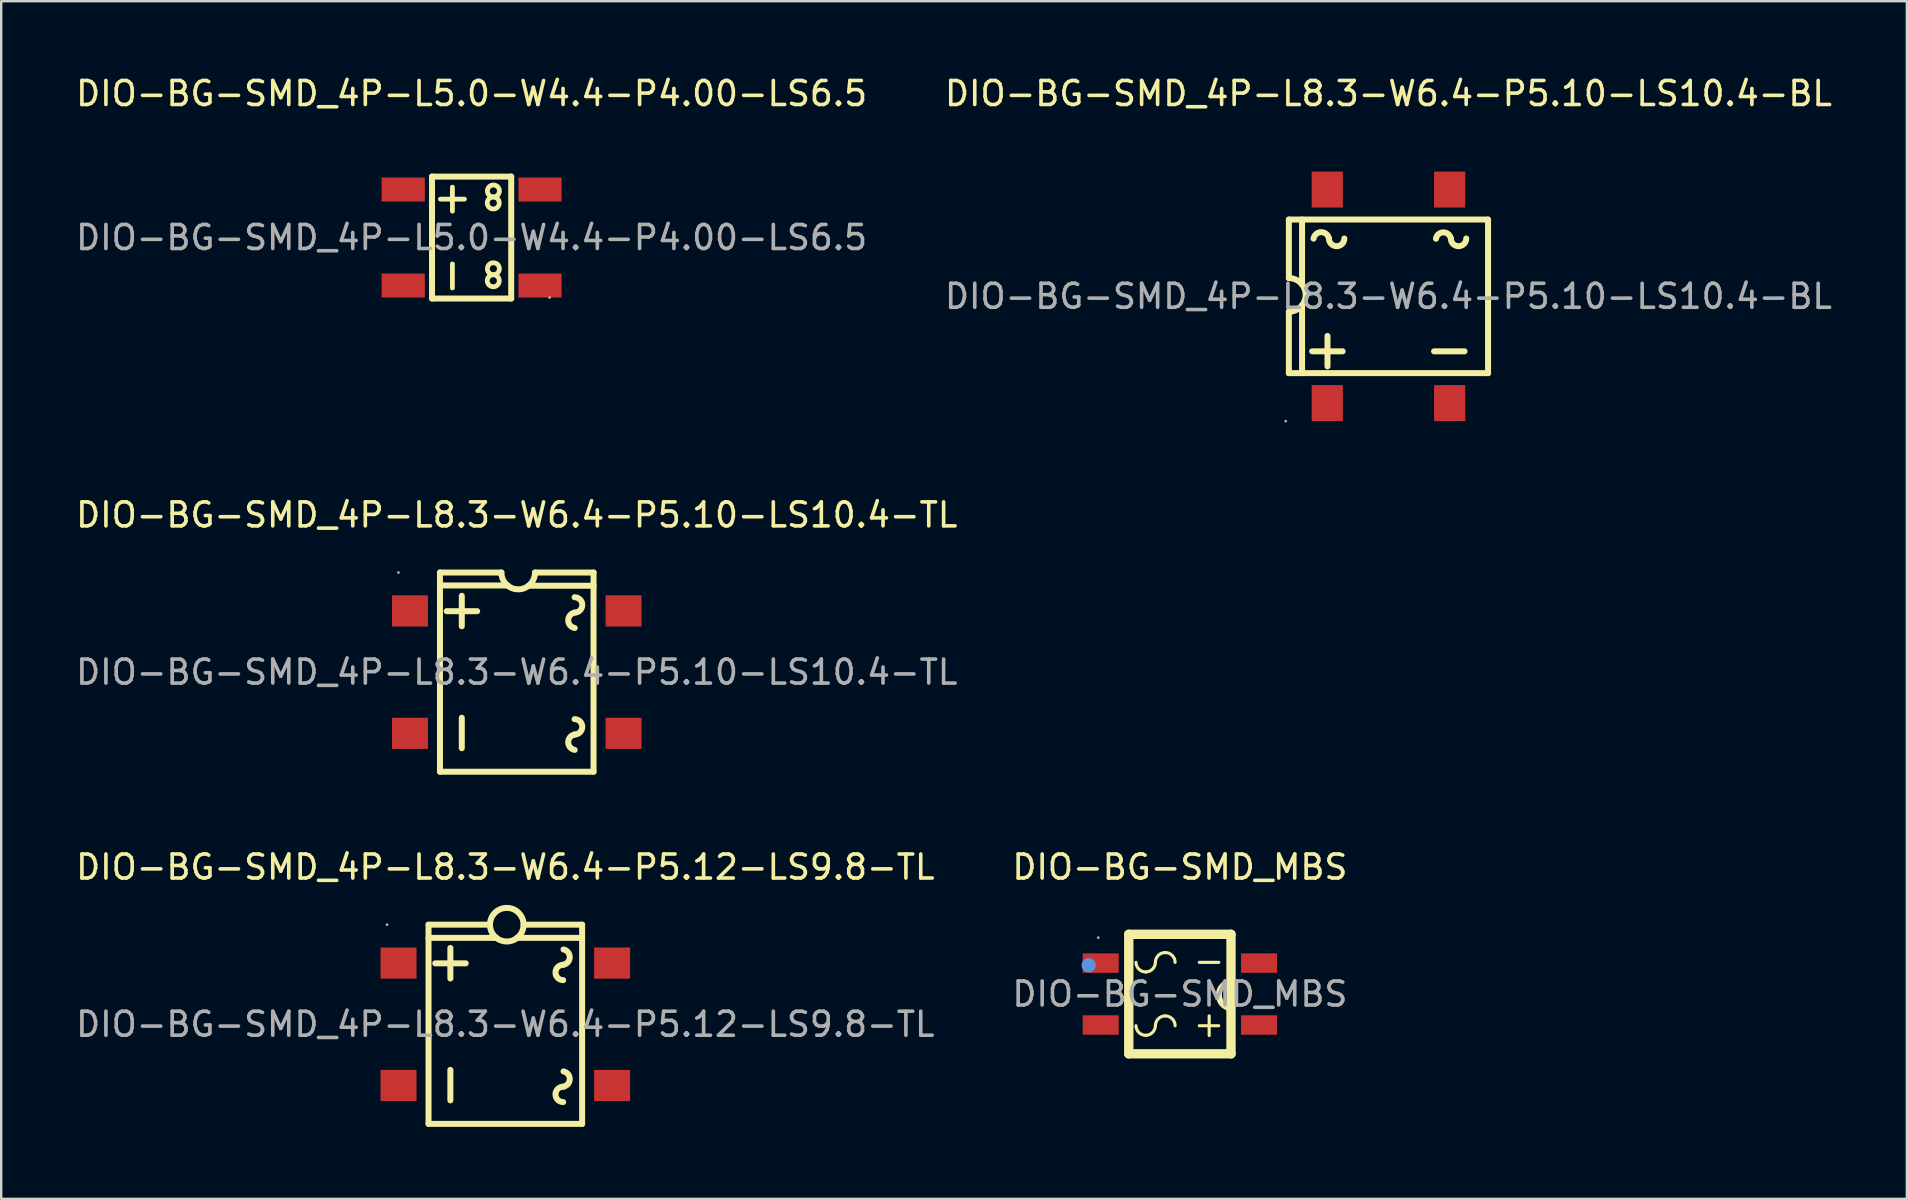
<source format=kicad_pcb>
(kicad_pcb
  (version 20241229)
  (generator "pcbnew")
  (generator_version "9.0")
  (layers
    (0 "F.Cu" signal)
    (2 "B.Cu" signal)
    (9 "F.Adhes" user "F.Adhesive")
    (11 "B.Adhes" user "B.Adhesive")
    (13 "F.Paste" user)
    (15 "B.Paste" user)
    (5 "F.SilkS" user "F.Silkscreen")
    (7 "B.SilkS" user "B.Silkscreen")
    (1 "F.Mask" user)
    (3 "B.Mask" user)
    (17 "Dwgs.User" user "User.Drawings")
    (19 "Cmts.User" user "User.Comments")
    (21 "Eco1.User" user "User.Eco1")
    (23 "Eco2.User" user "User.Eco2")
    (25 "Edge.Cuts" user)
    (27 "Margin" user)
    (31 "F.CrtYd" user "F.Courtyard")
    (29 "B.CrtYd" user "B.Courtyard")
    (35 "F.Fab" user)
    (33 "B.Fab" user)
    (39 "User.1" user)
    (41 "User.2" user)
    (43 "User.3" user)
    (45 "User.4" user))
  (footprint "DIO-BG-SMD_4P-L8.3-W6.4-P5.10-LS10.4-BL"
    (layer "F.Cu")
    (at 54.804 9.298)
    (property "Reference" "DIO-BG-SMD_4P-L8.3-W6.4-P5.10-LS10.4-BL" (at 0 -8.45 0) (layer "F.SilkS") (effects (font (size 1 1) (thickness 0.15))))
    (attr through_hole)
    (fp_line (start -4.15 -3.2) (end -4.15 -0.76) (stroke (width 0.25) (type solid)) (layer "F.SilkS"))
    (fp_line (start -4.15 -3.2) (end 4.15 -3.2) (stroke (width 0.25) (type solid)) (layer "F.SilkS"))
    (fp_line (start -4.15 3.2) (end -4.15 0.64) (stroke (width 0.25) (type solid)) (layer "F.SilkS"))
    (fp_line (start -3.6 -3.2) (end -3.6 -0.5) (stroke (width 0.25) (type solid)) (layer "F.SilkS"))
    (fp_line (start -3.6 0.37) (end -3.6 3.2) (stroke (width 0.25) (type solid)) (layer "F.SilkS"))
    (fp_line (start -3.18 2.29) (end -1.91 2.29) (stroke (width 0.25) (type solid)) (layer "F.SilkS"))
    (fp_line (start -2.54 2.92) (end -2.54 1.65) (stroke (width 0.25) (type solid)) (layer "F.SilkS"))
    (fp_line (start 1.9 2.29) (end 3.17 2.29) (stroke (width 0.25) (type solid)) (layer "F.SilkS"))
    (fp_line (start 4.15 -3.2) (end 4.15 3.2) (stroke (width 0.25) (type solid)) (layer "F.SilkS"))
    (fp_line (start 4.15 3.2) (end -4.15 3.2) (stroke (width 0.25) (type solid)) (layer "F.SilkS"))
    (fp_arc (start -4.15 -0.76) (mid -3.45 -0.06) (end -4.15 0.64) (stroke (width 0.25) (type solid)) (layer "F.SilkS"))
    (fp_arc (start -3.12096 -2.404634) (mid -2.802726 -2.675565) (end -2.48 -2.41) (stroke (width 0.25) (type solid)) (layer "F.SilkS"))
    (fp_arc (start -1.84 -2.41) (mid -2.16 -2.09) (end -2.48 -2.41) (stroke (width 0.25) (type solid)) (layer "F.SilkS"))
    (fp_arc (start 1.97842 -2.401168) (mid 2.285514 -2.665722) (end 2.6 -2.41) (stroke (width 0.25) (type solid)) (layer "F.SilkS"))
    (fp_arc (start 3.24 -2.41) (mid 2.92 -2.09) (end 2.6 -2.41) (stroke (width 0.25) (type solid)) (layer "F.SilkS"))
    (fp_circle (center -4.28 5.2) (end -4.25 5.2) (stroke (width 0.06) (type solid)) (fill no) (layer "F.Fab"))
    (fp_text user "${REFERENCE}" (at 0 0 0) (layer "F.Fab") (effects (font (size 1 1) (thickness 0.15))))
    (pad "1" smd rect (at -2.55 4.45 90) (size 1.5 1.3) (layers "F.Cu" "F.Mask" "F.Paste"))
    (pad "2" smd rect (at 2.55 4.45 90) (size 1.5 1.3) (layers "F.Cu" "F.Mask" "F.Paste"))
    (pad "3" smd rect (at 2.55 -4.45 90) (size 1.5 1.3) (layers "F.Cu" "F.Mask" "F.Paste"))
    (pad "4" smd rect (at -2.55 -4.45 90) (size 1.5 1.3) (layers "F.Cu" "F.Mask" "F.Paste")))
  (footprint "DIO-BG-SMD_4P-L8.3-W6.4-P5.12-LS9.8-TL"
    (layer "F.Cu")
    (at 18.006 39.63)
    (property "Reference" "DIO-BG-SMD_4P-L8.3-W6.4-P5.12-LS9.8-TL" (at 0 -6.55 0) (layer "F.SilkS") (effects (font (size 1 1) (thickness 0.15))))
    (attr through_hole)
    (fp_line (start -3.2 -4.15) (end -0.64 -4.15) (stroke (width 0.25) (type solid)) (layer "F.SilkS"))
    (fp_line (start -3.2 4.15) (end -3.2 -4.15) (stroke (width 0.25) (type solid)) (layer "F.SilkS"))
    (fp_line (start -2.92 -2.54) (end -1.65 -2.54) (stroke (width 0.25) (type solid)) (layer "F.SilkS"))
    (fp_line (start -2.29 -3.18) (end -2.29 -1.91) (stroke (width 0.25) (type solid)) (layer "F.SilkS"))
    (fp_line (start -2.29 1.9) (end -2.29 3.17) (stroke (width 0.25) (type solid)) (layer "F.SilkS"))
    (fp_line (start -0.37 -3.6) (end -3.2 -3.6) (stroke (width 0.25) (type solid)) (layer "F.SilkS"))
    (fp_line (start 3.2 -4.15) (end 0.76 -4.15) (stroke (width 0.25) (type solid)) (layer "F.SilkS"))
    (fp_line (start 3.2 -4.15) (end 3.2 4.15) (stroke (width 0.25) (type solid)) (layer "F.SilkS"))
    (fp_line (start 3.2 -3.6) (end 0.49 -3.6) (stroke (width 0.25) (type solid)) (layer "F.SilkS"))
    (fp_line (start 3.2 4.15) (end -3.2 4.15) (stroke (width 0.25) (type solid)) (layer "F.SilkS"))
    (fp_arc (start -0.639893 -4.162217) (mid 0.759973 -4.143891) (end -0.64 -4.15) (stroke (width 0.25) (type solid)) (layer "F.SilkS"))
    (fp_arc (start 2.41 -1.84) (mid 2.09 -2.16) (end 2.41 -2.48) (stroke (width 0.25) (type solid)) (layer "F.SilkS"))
    (fp_arc (start 2.41 3.24) (mid 2.09 2.92) (end 2.41 2.6) (stroke (width 0.25) (type solid)) (layer "F.SilkS"))
    (fp_arc (start 2.424014 -3.117494) (mid 2.683805 -2.792882) (end 2.41 -2.48) (stroke (width 0.25) (type solid)) (layer "F.SilkS"))
    (fp_arc (start 2.424014 1.962506) (mid 2.683805 2.287118) (end 2.41 2.6) (stroke (width 0.25) (type solid)) (layer "F.SilkS"))
    (fp_circle (center -4.93 -4.15) (end -4.9 -4.15) (stroke (width 0.06) (type solid)) (fill no) (layer "F.Fab"))
    (fp_text user "${REFERENCE}" (at 0 0 0) (layer "F.Fab") (effects (font (size 1 1) (thickness 0.15))))
    (pad "1" smd rect (at -4.45 -2.55) (size 1.5 1.3) (layers "F.Cu" "F.Mask" "F.Paste"))
    (pad "2" smd rect (at -4.45 2.55) (size 1.5 1.3) (layers "F.Cu" "F.Mask" "F.Paste"))
    (pad "3" smd rect (at 4.45 2.55) (size 1.5 1.3) (layers "F.Cu" "F.Mask" "F.Paste"))
    (pad "4" smd rect (at 4.45 -2.55) (size 1.5 1.3) (layers "F.Cu" "F.Mask" "F.Paste")))
  (footprint "DIO-BG-SMD_MBS"
    (layer "F.Cu")
    (at 46.113 38.37)
    (property "Reference" "DIO-BG-SMD_MBS" (at 0 -5.29 0) (layer "F.SilkS") (effects (font (size 1 1) (thickness 0.15))))
    (attr through_hole)
    (fp_line (start -2.13 -2.49) (end -2.13 2.49) (stroke (width 0.39) (type solid)) (layer "F.SilkS"))
    (fp_line (start -2.13 2.49) (end 2.13 2.49) (stroke (width 0.39) (type solid)) (layer "F.SilkS"))
    (fp_line (start 1.22 0.91) (end 1.22 1.73) (stroke (width 0.13) (type solid)) (layer "F.SilkS"))
    (fp_line (start 1.62 -1.32) (end 0.81 -1.32) (stroke (width 0.13) (type solid)) (layer "F.SilkS"))
    (fp_line (start 1.62 1.32) (end 0.81 1.32) (stroke (width 0.13) (type solid)) (layer "F.SilkS"))
    (fp_line (start 2.13 -2.49) (end -2.13 -2.49) (stroke (width 0.39) (type solid)) (layer "F.SilkS"))
    (fp_line (start 2.13 2.49) (end 2.13 -2.49) (stroke (width 0.39) (type solid)) (layer "F.SilkS"))
    (fp_arc (start -1.42 -0.92) (mid -1.706402 -1.036616) (end -1.829881 -1.320126) (stroke (width 0.13) (type solid)) (layer "F.SilkS"))
    (fp_arc (start -1.42 1.72) (mid -1.706402 1.603384) (end -1.829881 1.319874) (stroke (width 0.13) (type solid)) (layer "F.SilkS"))
    (fp_arc (start -1.02 -1.32) (mid -1.140087 -1.039913) (end -1.420246 -0.919994) (stroke (width 0.13) (type solid)) (layer "F.SilkS"))
    (fp_arc (start -1.02 -1.32) (mid -0.899914 -1.609914) (end -0.61 -1.73) (stroke (width 0.13) (type solid)) (layer "F.SilkS"))
    (fp_arc (start -1.02 1.32) (mid -1.140087 1.600087) (end -1.420246 1.720006) (stroke (width 0.13) (type solid)) (layer "F.SilkS"))
    (fp_arc (start -1.02 1.32) (mid -0.899914 1.030086) (end -0.61 0.91) (stroke (width 0.13) (type solid)) (layer "F.SilkS"))
    (fp_arc (start -0.61 -1.73) (mid -0.320086 -1.609914) (end -0.2 -1.32) (stroke (width 0.13) (type solid)) (layer "F.SilkS"))
    (fp_arc (start -0.61 0.91) (mid -0.320086 1.030086) (end -0.2 1.32) (stroke (width 0.13) (type solid)) (layer "F.SilkS"))
    (fp_arc (start 2.100856 0.588759) (mid 1.625582 0.035386) (end 2.11 -0.51) (stroke (width 0.25) (type solid)) (layer "F.SilkS"))
    (fp_circle (center -3.8 -1.2) (end -3.65 -1.2) (stroke (width 0.3) (type solid)) (fill no) (layer "Cmts.User"))
    (fp_circle (center -3.4 -2.35) (end -3.37 -2.35) (stroke (width 0.06) (type solid)) (fill no) (layer "F.Fab"))
    (fp_text user "${REFERENCE}" (at 0 0 0) (layer "F.Fab") (effects (font (size 1 1) (thickness 0.15))))
    (pad "1" smd rect (at -3.3 -1.29) (size 1.5 0.81) (layers "F.Cu" "F.Mask" "F.Paste"))
    (pad "2" smd rect (at -3.3 1.29) (size 1.5 0.81) (layers "F.Cu" "F.Mask" "F.Paste"))
    (pad "3" smd rect (at 3.3 1.29) (size 1.5 0.81) (layers "F.Cu" "F.Mask" "F.Paste"))
    (pad "4" smd rect (at 3.3 -1.29) (size 1.5 0.81) (layers "F.Cu" "F.Mask" "F.Paste")))
  (footprint "DIO-BG-SMD_4P-L5.0-W4.4-P4.00-LS6.5"
    (layer "F.Cu")
    (at 16.601 6.848)
    (property "Reference" "DIO-BG-SMD_4P-L5.0-W4.4-P4.00-LS6.5" (at 0 -6 0) (layer "F.SilkS") (effects (font (size 1 1) (thickness 0.15))))
    (attr through_hole)
    (fp_line (start -1.65 -2.54) (end 1.65 -2.54) (stroke (width 0.25) (type solid)) (layer "F.SilkS"))
    (fp_line (start -1.65 2.54) (end -1.65 -2.54) (stroke (width 0.25) (type solid)) (layer "F.SilkS"))
    (fp_line (start -0.8 -1.1) (end -0.8 -2.1) (stroke (width 0.2) (type solid)) (layer "F.SilkS"))
    (fp_line (start -0.8 2.1) (end -0.8 1.1) (stroke (width 0.2) (type solid)) (layer "F.SilkS"))
    (fp_line (start -0.3 -1.6) (end -1.3 -1.6) (stroke (width 0.2) (type solid)) (layer "F.SilkS"))
    (fp_line (start 1.65 -2.54) (end 1.65 2.54) (stroke (width 0.25) (type solid)) (layer "F.SilkS"))
    (fp_line (start 1.65 2.54) (end -1.65 2.54) (stroke (width 0.25) (type solid)) (layer "F.SilkS"))
    (fp_arc (start 0.904363 -1.689962) (mid 0.897818 -1.190009) (end 0.9 -1.69) (stroke (width 0.2) (type solid)) (layer "F.SilkS"))
    (fp_arc (start 0.904363 1.550038) (mid 0.897818 2.049991) (end 0.9 1.55) (stroke (width 0.2) (type solid)) (layer "F.SilkS"))
    (fp_arc (start 0.905637 -1.690038) (mid 0.912182 -2.189991) (end 0.91 -1.69) (stroke (width 0.2) (type solid)) (layer "F.SilkS"))
    (fp_arc (start 0.905637 1.549962) (mid 0.912182 1.050009) (end 0.91 1.55) (stroke (width 0.2) (type solid)) (layer "F.SilkS"))
    (fp_circle (center 3.25 2.5) (end 3.28 2.5) (stroke (width 0.06) (type solid)) (fill no) (layer "F.Fab"))
    (fp_text user "${REFERENCE}" (at 0 0 0) (layer "F.Fab") (effects (font (size 1 1) (thickness 0.15))))
    (pad "1" smd rect (at 2.85 2 90) (size 1 1.8) (layers "F.Cu" "F.Mask" "F.Paste"))
    (pad "2" smd rect (at -2.85 -2 90) (size 1 1.8) (layers "F.Cu" "F.Mask" "F.Paste"))
    (pad "3" smd rect (at 2.85 -2 90) (size 1 1.8) (layers "F.Cu" "F.Mask" "F.Paste"))
    (pad "4" smd rect (at -2.85 2 90) (size 1 1.8) (layers "F.Cu" "F.Mask" "F.Paste")))
  (footprint "DIO-BG-SMD_4P-L8.3-W6.4-P5.10-LS10.4-TL"
    (layer "F.Cu")
    (at 18.482 24.956)
    (property "Reference" "DIO-BG-SMD_4P-L8.3-W6.4-P5.10-LS10.4-TL" (at 0 -6.55 0) (layer "F.SilkS") (effects (font (size 1 1) (thickness 0.15))))
    (attr through_hole)
    (fp_line (start -3.2 -4.15) (end -0.64 -4.15) (stroke (width 0.25) (type solid)) (layer "F.SilkS"))
    (fp_line (start -3.2 4.15) (end -3.2 -4.15) (stroke (width 0.25) (type solid)) (layer "F.SilkS"))
    (fp_line (start -2.92 -2.54) (end -1.65 -2.54) (stroke (width 0.25) (type solid)) (layer "F.SilkS"))
    (fp_line (start -2.29 -3.18) (end -2.29 -1.91) (stroke (width 0.25) (type solid)) (layer "F.SilkS"))
    (fp_line (start -2.29 1.9) (end -2.29 3.17) (stroke (width 0.25) (type solid)) (layer "F.SilkS"))
    (fp_line (start -0.37 -3.61) (end -3.2 -3.61) (stroke (width 0.25) (type solid)) (layer "F.SilkS"))
    (fp_line (start 3.2 -4.15) (end 0.76 -4.15) (stroke (width 0.25) (type solid)) (layer "F.SilkS"))
    (fp_line (start 3.2 -4.15) (end 3.2 4.15) (stroke (width 0.25) (type solid)) (layer "F.SilkS"))
    (fp_line (start 3.2 -3.6) (end 0.49 -3.6) (stroke (width 0.25) (type solid)) (layer "F.SilkS"))
    (fp_line (start 3.2 4.15) (end -3.2 4.15) (stroke (width 0.25) (type solid)) (layer "F.SilkS"))
    (fp_arc (start 0.76 -4.15) (mid 0.06 -3.45) (end -0.64 -4.15) (stroke (width 0.25) (type solid)) (layer "F.SilkS"))
    (fp_arc (start 2.41 -3.12) (mid 2.73 -2.8) (end 2.41 -2.48) (stroke (width 0.25) (type solid)) (layer "F.SilkS"))
    (fp_arc (start 2.41 1.96) (mid 2.73 2.28) (end 2.41 2.6) (stroke (width 0.25) (type solid)) (layer "F.SilkS"))
    (fp_arc (start 2.415366 -1.83904) (mid 2.144435 -2.157274) (end 2.41 -2.48) (stroke (width 0.25) (type solid)) (layer "F.SilkS"))
    (fp_arc (start 2.415366 3.24096) (mid 2.144435 2.922726) (end 2.41 2.6) (stroke (width 0.25) (type solid)) (layer "F.SilkS"))
    (fp_circle (center -4.93 -4.15) (end -4.9 -4.15) (stroke (width 0.06) (type solid)) (fill no) (layer "F.Fab"))
    (fp_text user "${REFERENCE}" (at 0 0 0) (layer "F.Fab") (effects (font (size 1 1) (thickness 0.15))))
    (pad "1" smd rect (at -4.45 -2.55) (size 1.5 1.3) (layers "F.Cu" "F.Mask" "F.Paste"))
    (pad "2" smd rect (at -4.45 2.55) (size 1.5 1.3) (layers "F.Cu" "F.Mask" "F.Paste"))
    (pad "3" smd rect (at 4.45 2.55) (size 1.5 1.3) (layers "F.Cu" "F.Mask" "F.Paste"))
    (pad "4" smd rect (at 4.45 -2.55) (size 1.5 1.3) (layers "F.Cu" "F.Mask" "F.Paste")))
  (gr_rect
    (start -3 -3)
    (end 76.405 46.905)
    (stroke (width 0.1) (type default))
    (fill no)
    (layer "Edge.Cuts")))
</source>
